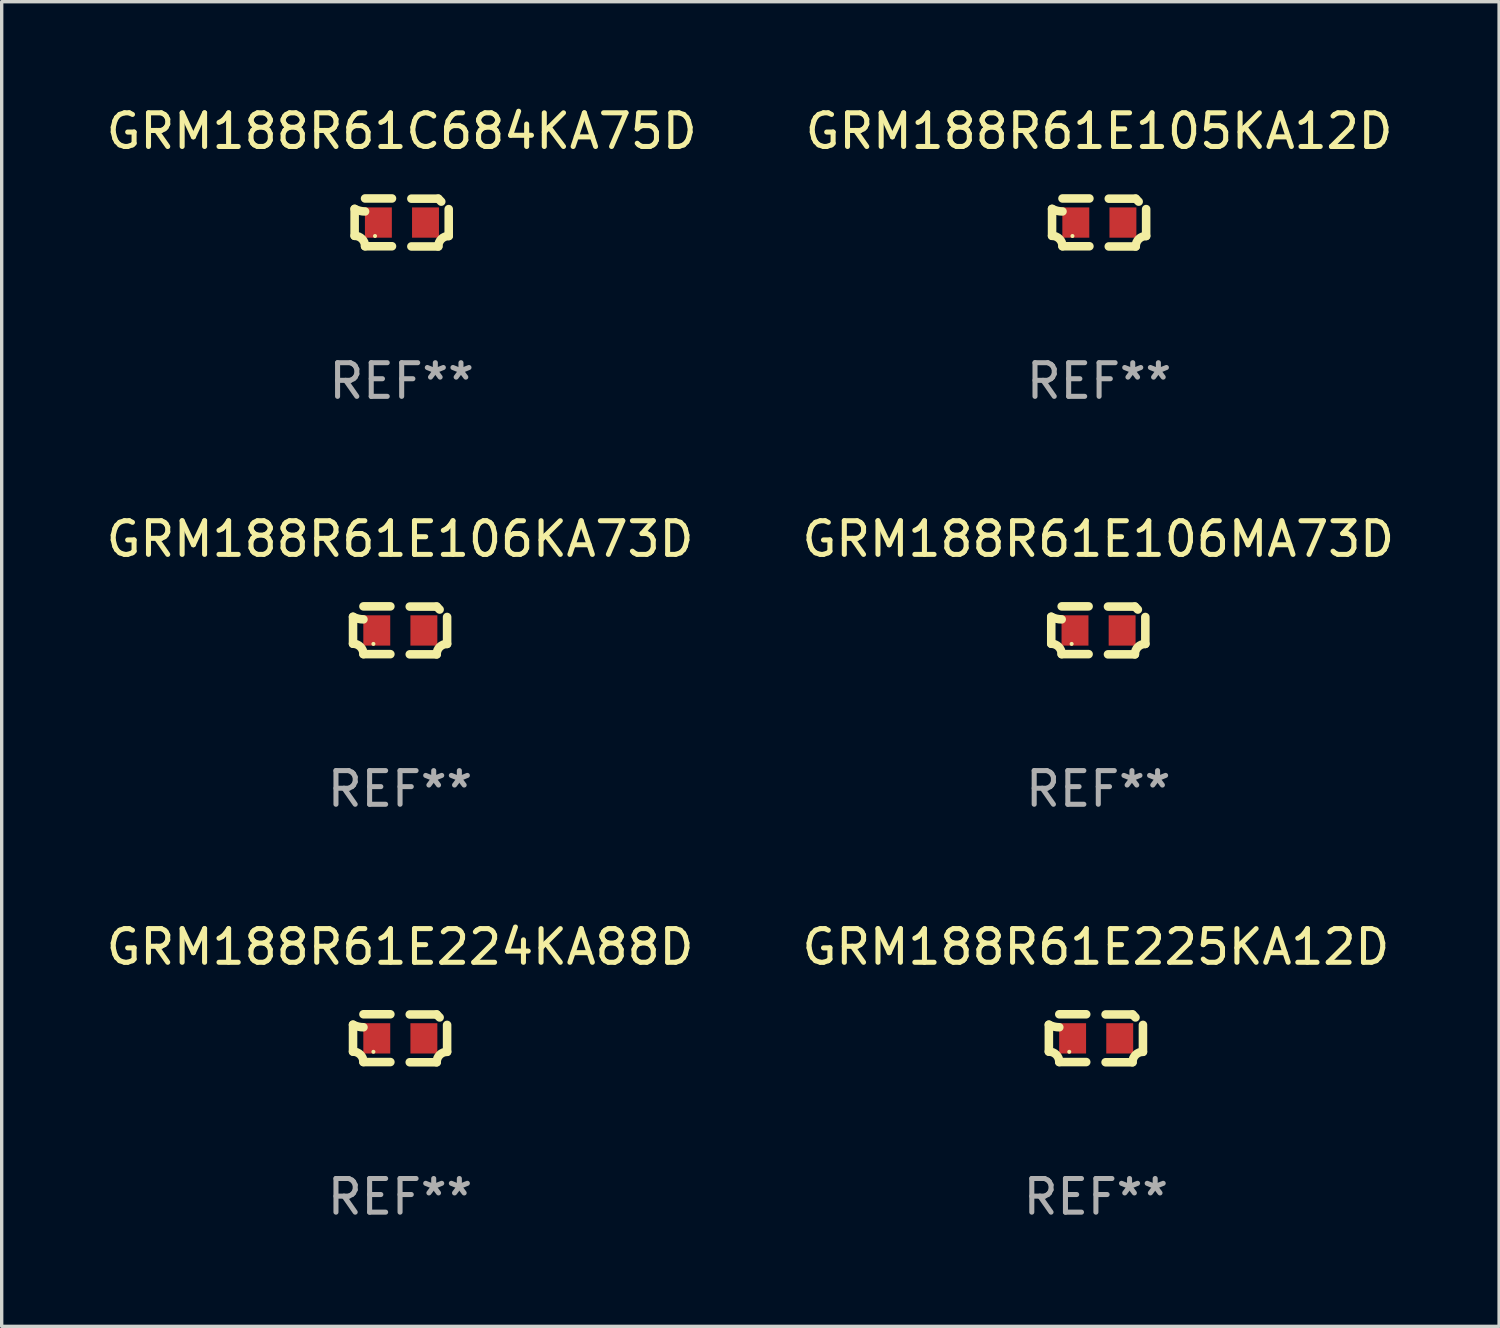
<source format=kicad_pcb>
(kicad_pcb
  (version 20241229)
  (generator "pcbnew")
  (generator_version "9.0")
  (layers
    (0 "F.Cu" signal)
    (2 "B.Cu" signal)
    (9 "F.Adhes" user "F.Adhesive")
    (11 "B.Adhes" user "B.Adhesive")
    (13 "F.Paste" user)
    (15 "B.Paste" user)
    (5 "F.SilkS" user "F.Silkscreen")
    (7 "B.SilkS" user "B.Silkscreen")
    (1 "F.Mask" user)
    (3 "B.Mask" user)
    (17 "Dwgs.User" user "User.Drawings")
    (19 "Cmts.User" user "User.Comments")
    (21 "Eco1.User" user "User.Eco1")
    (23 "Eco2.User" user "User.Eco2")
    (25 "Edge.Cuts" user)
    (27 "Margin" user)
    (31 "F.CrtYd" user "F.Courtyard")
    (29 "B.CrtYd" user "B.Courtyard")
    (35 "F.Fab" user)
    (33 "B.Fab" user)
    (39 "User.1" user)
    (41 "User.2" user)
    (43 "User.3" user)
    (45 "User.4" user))
  (footprint "GRM188R61E105KA12D"
    (layer "F.Cu")
    (at 29.613 3.561)
    (property "Reference" "GRM188R61E105KA12D" (at 0 -2.713 0) (layer "F.SilkS") (effects (font (size 1 1) (thickness 0.15))))
    (attr through_hole)
    (fp_line (start -1.398 -0.403) (end -1.398 0.397) (stroke (width 0.254) (type solid)) (layer "F.SilkS"))
    (fp_line (start -0.288 -0.713) (end -1.088 -0.713) (stroke (width 0.254) (type solid)) (layer "F.SilkS"))
    (fp_line (start -0.288 0.707) (end -1.088 0.707) (stroke (width 0.254) (type solid)) (layer "F.SilkS"))
    (fp_line (start 0.288 -0.707) (end 1.088 -0.707) (stroke (width 0.254) (type solid)) (layer "F.SilkS"))
    (fp_line (start 0.288 0.713) (end 1.088 0.713) (stroke (width 0.254) (type solid)) (layer "F.SilkS"))
    (fp_line (start 1.398 -0.397) (end 1.398 0.403) (stroke (width 0.254) (type solid)) (layer "F.SilkS"))
    (fp_arc (start -1.397789 0.397066) (mid -1.178701 0.487826) (end -1.08796 0.706922) (stroke (width 0.254001) (type solid)) (layer "F.SilkS"))
    (fp_arc (start -1.08796 -0.327176) (mid -1.247436 -0.346384) (end -1.39779 -0.402908) (stroke (width 0.254001) (type solid)) (layer "F.SilkS"))
    (fp_arc (start 1.087909 0.712738) (mid 1.178656 0.493655) (end 1.397739 0.402908) (stroke (width 0.254001) (type solid)) (layer "F.SilkS"))
    (fp_arc (start 1.175925 -0.618926) (mid 1.131917 -0.662923) (end 1.08791 -0.706922) (stroke (width 0.254001) (type solid)) (layer "F.SilkS"))
    (fp_circle (center -0.792 0.403) (end -0.762 0.403) (stroke (width 0.06) (type solid)) (fill no) (layer "F.SilkS"))
    (fp_text user "REF**" (at 0 4.713 0) (layer "F.Fab") (effects (font (size 1 1) (thickness 0.15))))
    (pad "1" smd rect (at -0.692 0.003) (size 0.8 0.9) (layers "F.Cu" "F.Mask" "F.Paste"))
    (pad "2" smd rect (at 0.708 0.003) (size 0.8 0.9) (layers "F.Cu" "F.Mask" "F.Paste")))
  (footprint "GRM188R61E225KA12D"
    (layer "F.Cu")
    (at 29.518 27.805)
    (property "Reference" "GRM188R61E225KA12D" (at 0 -2.713 0) (layer "F.SilkS") (effects (font (size 1 1) (thickness 0.15))))
    (attr through_hole)
    (fp_line (start -1.398 -0.403) (end -1.398 0.397) (stroke (width 0.254) (type solid)) (layer "F.SilkS"))
    (fp_line (start -0.288 -0.713) (end -1.088 -0.713) (stroke (width 0.254) (type solid)) (layer "F.SilkS"))
    (fp_line (start -0.288 0.707) (end -1.088 0.707) (stroke (width 0.254) (type solid)) (layer "F.SilkS"))
    (fp_line (start 0.288 -0.707) (end 1.088 -0.707) (stroke (width 0.254) (type solid)) (layer "F.SilkS"))
    (fp_line (start 0.288 0.713) (end 1.088 0.713) (stroke (width 0.254) (type solid)) (layer "F.SilkS"))
    (fp_line (start 1.398 -0.397) (end 1.398 0.403) (stroke (width 0.254) (type solid)) (layer "F.SilkS"))
    (fp_arc (start -1.397789 0.397066) (mid -1.178701 0.487826) (end -1.08796 0.706922) (stroke (width 0.254001) (type solid)) (layer "F.SilkS"))
    (fp_arc (start -1.08796 -0.327176) (mid -1.247436 -0.346384) (end -1.39779 -0.402908) (stroke (width 0.254001) (type solid)) (layer "F.SilkS"))
    (fp_arc (start 1.087909 0.712738) (mid 1.178656 0.493655) (end 1.397739 0.402908) (stroke (width 0.254001) (type solid)) (layer "F.SilkS"))
    (fp_arc (start 1.175925 -0.618926) (mid 1.131917 -0.662923) (end 1.08791 -0.706922) (stroke (width 0.254001) (type solid)) (layer "F.SilkS"))
    (fp_circle (center -0.792 0.403) (end -0.762 0.403) (stroke (width 0.06) (type solid)) (fill no) (layer "F.SilkS"))
    (fp_text user "REF**" (at 0 4.713 0) (layer "F.Fab") (effects (font (size 1 1) (thickness 0.15))))
    (pad "1" smd rect (at -0.692 0.003) (size 0.8 0.9) (layers "F.Cu" "F.Mask" "F.Paste"))
    (pad "2" smd rect (at 0.708 0.003) (size 0.8 0.9) (layers "F.Cu" "F.Mask" "F.Paste")))
  (footprint "GRM188R61E106MA73D"
    (layer "F.Cu")
    (at 29.589 15.683)
    (property "Reference" "GRM188R61E106MA73D" (at 0 -2.713 0) (layer "F.SilkS") (effects (font (size 1 1) (thickness 0.15))))
    (attr through_hole)
    (fp_line (start -1.398 -0.403) (end -1.398 0.397) (stroke (width 0.254) (type solid)) (layer "F.SilkS"))
    (fp_line (start -0.288 -0.713) (end -1.088 -0.713) (stroke (width 0.254) (type solid)) (layer "F.SilkS"))
    (fp_line (start -0.288 0.707) (end -1.088 0.707) (stroke (width 0.254) (type solid)) (layer "F.SilkS"))
    (fp_line (start 0.288 -0.707) (end 1.088 -0.707) (stroke (width 0.254) (type solid)) (layer "F.SilkS"))
    (fp_line (start 0.288 0.713) (end 1.088 0.713) (stroke (width 0.254) (type solid)) (layer "F.SilkS"))
    (fp_line (start 1.398 -0.397) (end 1.398 0.403) (stroke (width 0.254) (type solid)) (layer "F.SilkS"))
    (fp_arc (start -1.397789 0.397066) (mid -1.178701 0.487826) (end -1.08796 0.706922) (stroke (width 0.254001) (type solid)) (layer "F.SilkS"))
    (fp_arc (start -1.08796 -0.327176) (mid -1.247436 -0.346384) (end -1.39779 -0.402908) (stroke (width 0.254001) (type solid)) (layer "F.SilkS"))
    (fp_arc (start 1.087909 0.712738) (mid 1.178656 0.493655) (end 1.397739 0.402908) (stroke (width 0.254001) (type solid)) (layer "F.SilkS"))
    (fp_arc (start 1.175925 -0.618926) (mid 1.131917 -0.662923) (end 1.08791 -0.706922) (stroke (width 0.254001) (type solid)) (layer "F.SilkS"))
    (fp_circle (center -0.792 0.403) (end -0.762 0.403) (stroke (width 0.06) (type solid)) (fill no) (layer "F.SilkS"))
    (fp_text user "REF**" (at 0 4.713 0) (layer "F.Fab") (effects (font (size 1 1) (thickness 0.15))))
    (pad "1" smd rect (at -0.692 0.003) (size 0.8 0.9) (layers "F.Cu" "F.Mask" "F.Paste"))
    (pad "2" smd rect (at 0.708 0.003) (size 0.8 0.9) (layers "F.Cu" "F.Mask" "F.Paste")))
  (footprint "GRM188R61C684KA75D"
    (layer "F.Cu")
    (at 8.887 3.561)
    (property "Reference" "GRM188R61C684KA75D" (at 0 -2.713 0) (layer "F.SilkS") (effects (font (size 1 1) (thickness 0.15))))
    (attr through_hole)
    (fp_line (start -1.398 -0.403) (end -1.398 0.397) (stroke (width 0.254) (type solid)) (layer "F.SilkS"))
    (fp_line (start -0.288 -0.713) (end -1.088 -0.713) (stroke (width 0.254) (type solid)) (layer "F.SilkS"))
    (fp_line (start -0.288 0.707) (end -1.088 0.707) (stroke (width 0.254) (type solid)) (layer "F.SilkS"))
    (fp_line (start 0.288 -0.707) (end 1.088 -0.707) (stroke (width 0.254) (type solid)) (layer "F.SilkS"))
    (fp_line (start 0.288 0.713) (end 1.088 0.713) (stroke (width 0.254) (type solid)) (layer "F.SilkS"))
    (fp_line (start 1.398 -0.397) (end 1.398 0.403) (stroke (width 0.254) (type solid)) (layer "F.SilkS"))
    (fp_arc (start -1.397789 0.397066) (mid -1.178701 0.487826) (end -1.08796 0.706922) (stroke (width 0.254001) (type solid)) (layer "F.SilkS"))
    (fp_arc (start -1.08796 -0.327176) (mid -1.247436 -0.346384) (end -1.39779 -0.402908) (stroke (width 0.254001) (type solid)) (layer "F.SilkS"))
    (fp_arc (start 1.087909 0.712738) (mid 1.178656 0.493655) (end 1.397739 0.402908) (stroke (width 0.254001) (type solid)) (layer "F.SilkS"))
    (fp_arc (start 1.175925 -0.618926) (mid 1.131917 -0.662923) (end 1.08791 -0.706922) (stroke (width 0.254001) (type solid)) (layer "F.SilkS"))
    (fp_circle (center -0.792 0.403) (end -0.762 0.403) (stroke (width 0.06) (type solid)) (fill no) (layer "F.SilkS"))
    (fp_text user "REF**" (at 0 4.713 0) (layer "F.Fab") (effects (font (size 1 1) (thickness 0.15))))
    (pad "1" smd rect (at -0.692 0.003) (size 0.8 0.9) (layers "F.Cu" "F.Mask" "F.Paste"))
    (pad "2" smd rect (at 0.708 0.003) (size 0.8 0.9) (layers "F.Cu" "F.Mask" "F.Paste")))
  (footprint "GRM188R61E224KA88D"
    (layer "F.Cu")
    (at 8.839 27.805)
    (property "Reference" "GRM188R61E224KA88D" (at 0 -2.713 0) (layer "F.SilkS") (effects (font (size 1 1) (thickness 0.15))))
    (attr through_hole)
    (fp_line (start -1.398 -0.403) (end -1.398 0.397) (stroke (width 0.254) (type solid)) (layer "F.SilkS"))
    (fp_line (start -0.288 -0.713) (end -1.088 -0.713) (stroke (width 0.254) (type solid)) (layer "F.SilkS"))
    (fp_line (start -0.288 0.707) (end -1.088 0.707) (stroke (width 0.254) (type solid)) (layer "F.SilkS"))
    (fp_line (start 0.288 -0.707) (end 1.088 -0.707) (stroke (width 0.254) (type solid)) (layer "F.SilkS"))
    (fp_line (start 0.288 0.713) (end 1.088 0.713) (stroke (width 0.254) (type solid)) (layer "F.SilkS"))
    (fp_line (start 1.398 -0.397) (end 1.398 0.403) (stroke (width 0.254) (type solid)) (layer "F.SilkS"))
    (fp_arc (start -1.397789 0.397066) (mid -1.178701 0.487826) (end -1.08796 0.706922) (stroke (width 0.254001) (type solid)) (layer "F.SilkS"))
    (fp_arc (start -1.08796 -0.327176) (mid -1.247436 -0.346384) (end -1.39779 -0.402908) (stroke (width 0.254001) (type solid)) (layer "F.SilkS"))
    (fp_arc (start 1.087909 0.712738) (mid 1.178656 0.493655) (end 1.397739 0.402908) (stroke (width 0.254001) (type solid)) (layer "F.SilkS"))
    (fp_arc (start 1.175925 -0.618926) (mid 1.131917 -0.662923) (end 1.08791 -0.706922) (stroke (width 0.254001) (type solid)) (layer "F.SilkS"))
    (fp_circle (center -0.792 0.403) (end -0.762 0.403) (stroke (width 0.06) (type solid)) (fill no) (layer "F.SilkS"))
    (fp_text user "REF**" (at 0 4.713 0) (layer "F.Fab") (effects (font (size 1 1) (thickness 0.15))))
    (pad "1" smd rect (at -0.692 0.003) (size 0.8 0.9) (layers "F.Cu" "F.Mask" "F.Paste"))
    (pad "2" smd rect (at 0.708 0.003) (size 0.8 0.9) (layers "F.Cu" "F.Mask" "F.Paste")))
  (footprint "GRM188R61E106KA73D"
    (layer "F.Cu")
    (at 8.839 15.683)
    (property "Reference" "GRM188R61E106KA73D" (at 0 -2.713 0) (layer "F.SilkS") (effects (font (size 1 1) (thickness 0.15))))
    (attr through_hole)
    (fp_line (start -1.398 -0.403) (end -1.398 0.397) (stroke (width 0.254) (type solid)) (layer "F.SilkS"))
    (fp_line (start -0.288 -0.713) (end -1.088 -0.713) (stroke (width 0.254) (type solid)) (layer "F.SilkS"))
    (fp_line (start -0.288 0.707) (end -1.088 0.707) (stroke (width 0.254) (type solid)) (layer "F.SilkS"))
    (fp_line (start 0.288 -0.707) (end 1.088 -0.707) (stroke (width 0.254) (type solid)) (layer "F.SilkS"))
    (fp_line (start 0.288 0.713) (end 1.088 0.713) (stroke (width 0.254) (type solid)) (layer "F.SilkS"))
    (fp_line (start 1.398 -0.397) (end 1.398 0.403) (stroke (width 0.254) (type solid)) (layer "F.SilkS"))
    (fp_arc (start -1.397789 0.397066) (mid -1.178701 0.487826) (end -1.08796 0.706922) (stroke (width 0.254001) (type solid)) (layer "F.SilkS"))
    (fp_arc (start -1.08796 -0.327176) (mid -1.247436 -0.346384) (end -1.39779 -0.402908) (stroke (width 0.254001) (type solid)) (layer "F.SilkS"))
    (fp_arc (start 1.087909 0.712738) (mid 1.178656 0.493655) (end 1.397739 0.402908) (stroke (width 0.254001) (type solid)) (layer "F.SilkS"))
    (fp_arc (start 1.175925 -0.618926) (mid 1.131917 -0.662923) (end 1.08791 -0.706922) (stroke (width 0.254001) (type solid)) (layer "F.SilkS"))
    (fp_circle (center -0.792 0.403) (end -0.762 0.403) (stroke (width 0.06) (type solid)) (fill no) (layer "F.SilkS"))
    (fp_text user "REF**" (at 0 4.713 0) (layer "F.Fab") (effects (font (size 1 1) (thickness 0.15))))
    (pad "1" smd rect (at -0.692 0.003) (size 0.8 0.9) (layers "F.Cu" "F.Mask" "F.Paste"))
    (pad "2" smd rect (at 0.708 0.003) (size 0.8 0.9) (layers "F.Cu" "F.Mask" "F.Paste")))
  (gr_rect
    (start -3 -3)
    (end 41.5 36.366)
    (stroke (width 0.1) (type default))
    (fill no)
    (layer "Edge.Cuts")))
</source>
